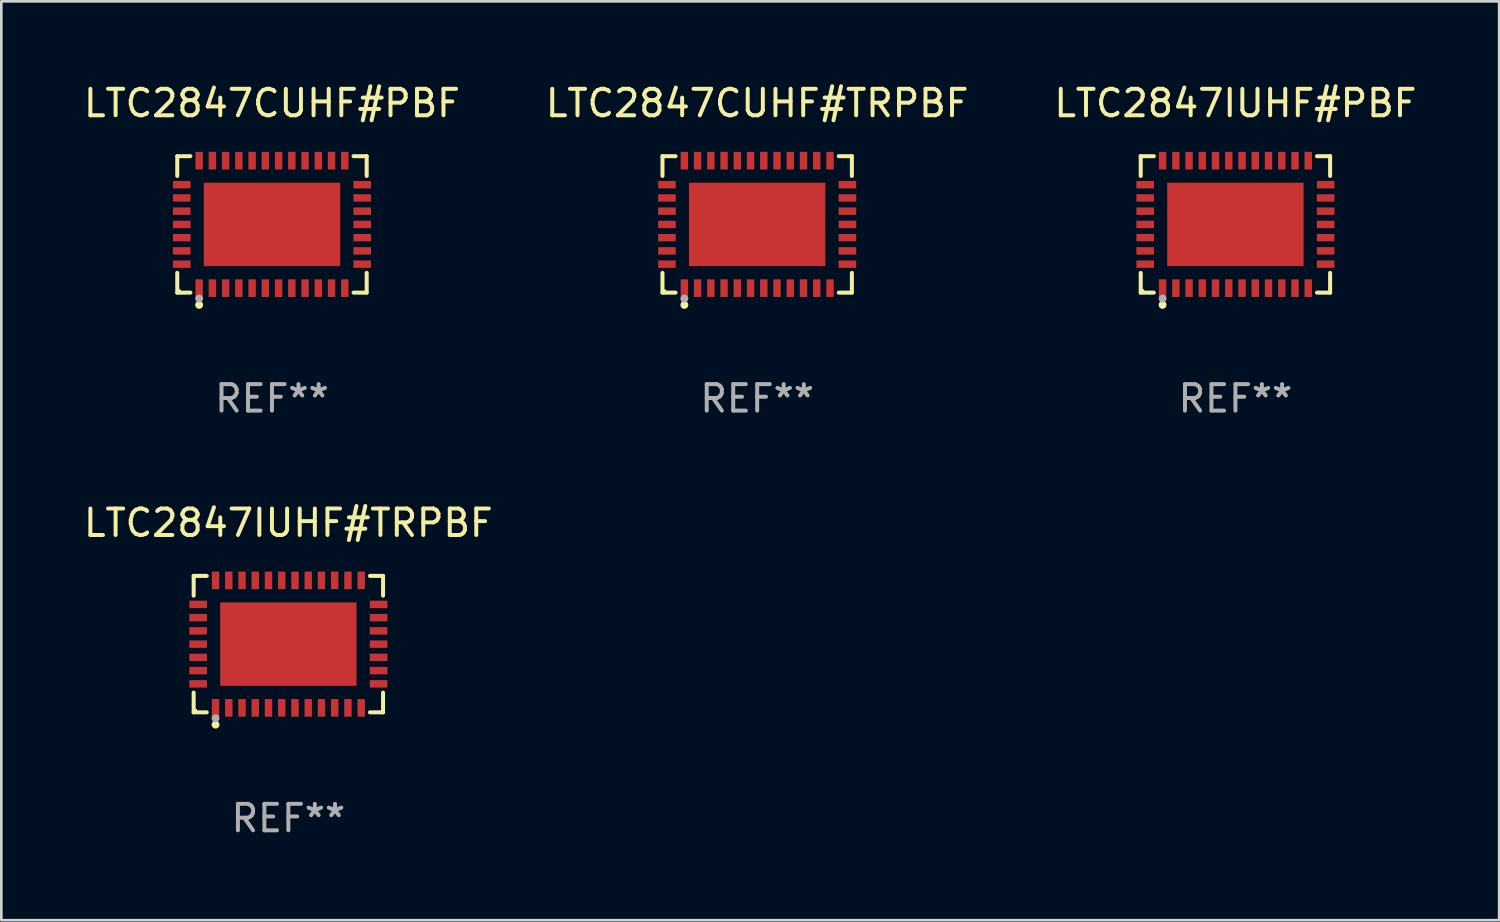
<source format=kicad_pcb>
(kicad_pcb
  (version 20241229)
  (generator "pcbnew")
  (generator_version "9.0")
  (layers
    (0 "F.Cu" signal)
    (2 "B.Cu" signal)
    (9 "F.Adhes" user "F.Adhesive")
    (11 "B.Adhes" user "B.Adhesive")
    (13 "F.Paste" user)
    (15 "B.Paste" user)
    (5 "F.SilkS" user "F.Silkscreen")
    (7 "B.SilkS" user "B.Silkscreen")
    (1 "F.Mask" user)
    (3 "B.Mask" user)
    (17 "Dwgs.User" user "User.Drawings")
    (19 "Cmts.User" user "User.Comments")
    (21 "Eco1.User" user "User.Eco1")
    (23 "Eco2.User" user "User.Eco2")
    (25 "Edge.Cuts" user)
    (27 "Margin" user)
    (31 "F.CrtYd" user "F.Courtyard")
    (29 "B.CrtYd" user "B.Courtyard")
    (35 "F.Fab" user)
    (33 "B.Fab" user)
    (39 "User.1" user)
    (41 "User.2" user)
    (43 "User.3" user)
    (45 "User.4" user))
  (footprint "LTC2847CUHF#TRPBF"
    (layer "F.Cu")
    (at 25.542 5.424)
    (property "Reference" "LTC2847CUHF#TRPBF" (at 0 -4.576 0) (layer "F.SilkS") (effects (font (size 1 1) (thickness 0.15))))
    (attr through_hole)
    (fp_line (start -3.576 -2.576) (end -3.081 -2.576) (stroke (width 0.152) (type solid)) (layer "F.SilkS"))
    (fp_line (start -3.576 -1.831) (end -3.576 -2.576) (stroke (width 0.152) (type solid)) (layer "F.SilkS"))
    (fp_line (start -3.576 1.831) (end -3.576 2.576) (stroke (width 0.152) (type solid)) (layer "F.SilkS"))
    (fp_line (start -3.576 2.576) (end -3.081 2.576) (stroke (width 0.152) (type solid)) (layer "F.SilkS"))
    (fp_line (start 3.576 -2.576) (end 3.081 -2.576) (stroke (width 0.152) (type solid)) (layer "F.SilkS"))
    (fp_line (start 3.576 -1.831) (end 3.576 -2.576) (stroke (width 0.152) (type solid)) (layer "F.SilkS"))
    (fp_line (start 3.576 1.831) (end 3.576 2.576) (stroke (width 0.152) (type solid)) (layer "F.SilkS"))
    (fp_line (start 3.576 2.576) (end 3.081 2.576) (stroke (width 0.152) (type solid)) (layer "F.SilkS"))
    (fp_circle (center -3.5 2.5) (end -3.47 2.5) (stroke (width 0.06) (type solid)) (fill no) (layer "F.SilkS"))
    (fp_circle (center -2.75 3.04) (end -2.675 3.04) (stroke (width 0.15) (type solid)) (fill no) (layer "F.SilkS"))
    (fp_circle (center -2.75 2.8) (end -2.675 2.8) (stroke (width 0.15) (type solid)) (fill no) (layer "F.Fab"))
    (fp_text user "REF**" (at 0 6.576 0) (layer "F.Fab") (effects (font (size 1 1) (thickness 0.15))))
    (pad "1" smd rect (at -2.75 2.407) (size 0.28 0.665) (layers "F.Cu" "F.Mask" "F.Paste"))
    (pad "2" smd rect (at -2.25 2.407) (size 0.28 0.665) (layers "F.Cu" "F.Mask" "F.Paste"))
    (pad "3" smd rect (at -1.75 2.407) (size 0.28 0.665) (layers "F.Cu" "F.Mask" "F.Paste"))
    (pad "4" smd rect (at -1.25 2.407) (size 0.28 0.665) (layers "F.Cu" "F.Mask" "F.Paste"))
    (pad "5" smd rect (at -0.75 2.407) (size 0.28 0.665) (layers "F.Cu" "F.Mask" "F.Paste"))
    (pad "6" smd rect (at -0.25 2.407) (size 0.28 0.665) (layers "F.Cu" "F.Mask" "F.Paste"))
    (pad "7" smd rect (at 0.25 2.407) (size 0.28 0.665) (layers "F.Cu" "F.Mask" "F.Paste"))
    (pad "8" smd rect (at 0.75 2.407) (size 0.28 0.665) (layers "F.Cu" "F.Mask" "F.Paste"))
    (pad "9" smd rect (at 1.25 2.407) (size 0.28 0.665) (layers "F.Cu" "F.Mask" "F.Paste"))
    (pad "10" smd rect (at 1.75 2.407) (size 0.28 0.665) (layers "F.Cu" "F.Mask" "F.Paste"))
    (pad "11" smd rect (at 2.25 2.407) (size 0.28 0.665) (layers "F.Cu" "F.Mask" "F.Paste"))
    (pad "12" smd rect (at 2.75 2.407) (size 0.28 0.665) (layers "F.Cu" "F.Mask" "F.Paste"))
    (pad "13" smd rect (at 3.407 1.5) (size 0.665 0.28) (layers "F.Cu" "F.Mask" "F.Paste"))
    (pad "14" smd rect (at 3.407 1) (size 0.665 0.28) (layers "F.Cu" "F.Mask" "F.Paste"))
    (pad "15" smd rect (at 3.407 0.5) (size 0.665 0.28) (layers "F.Cu" "F.Mask" "F.Paste"))
    (pad "16" smd rect (at 3.407 0) (size 0.665 0.28) (layers "F.Cu" "F.Mask" "F.Paste"))
    (pad "17" smd rect (at 3.407 -0.5) (size 0.665 0.28) (layers "F.Cu" "F.Mask" "F.Paste"))
    (pad "18" smd rect (at 3.407 -1) (size 0.665 0.28) (layers "F.Cu" "F.Mask" "F.Paste"))
    (pad "19" smd rect (at 3.407 -1.5) (size 0.665 0.28) (layers "F.Cu" "F.Mask" "F.Paste"))
    (pad "20" smd rect (at 2.75 -2.407) (size 0.28 0.665) (layers "F.Cu" "F.Mask" "F.Paste"))
    (pad "21" smd rect (at 2.25 -2.407) (size 0.28 0.665) (layers "F.Cu" "F.Mask" "F.Paste"))
    (pad "22" smd rect (at 1.75 -2.407) (size 0.28 0.665) (layers "F.Cu" "F.Mask" "F.Paste"))
    (pad "23" smd rect (at 1.25 -2.407) (size 0.28 0.665) (layers "F.Cu" "F.Mask" "F.Paste"))
    (pad "24" smd rect (at 0.75 -2.407) (size 0.28 0.665) (layers "F.Cu" "F.Mask" "F.Paste"))
    (pad "25" smd rect (at 0.25 -2.407) (size 0.28 0.665) (layers "F.Cu" "F.Mask" "F.Paste"))
    (pad "26" smd rect (at -0.25 -2.407) (size 0.28 0.665) (layers "F.Cu" "F.Mask" "F.Paste"))
    (pad "27" smd rect (at -0.75 -2.407) (size 0.28 0.665) (layers "F.Cu" "F.Mask" "F.Paste"))
    (pad "28" smd rect (at -1.25 -2.407) (size 0.28 0.665) (layers "F.Cu" "F.Mask" "F.Paste"))
    (pad "29" smd rect (at -1.75 -2.407) (size 0.28 0.665) (layers "F.Cu" "F.Mask" "F.Paste"))
    (pad "30" smd rect (at -2.25 -2.407) (size 0.28 0.665) (layers "F.Cu" "F.Mask" "F.Paste"))
    (pad "31" smd rect (at -2.75 -2.407) (size 0.28 0.665) (layers "F.Cu" "F.Mask" "F.Paste"))
    (pad "32" smd rect (at -3.407 -1.5) (size 0.665 0.28) (layers "F.Cu" "F.Mask" "F.Paste"))
    (pad "33" smd rect (at -3.407 -1) (size 0.665 0.28) (layers "F.Cu" "F.Mask" "F.Paste"))
    (pad "34" smd rect (at -3.407 -0.5) (size 0.665 0.28) (layers "F.Cu" "F.Mask" "F.Paste"))
    (pad "35" smd rect (at -3.407 0) (size 0.665 0.28) (layers "F.Cu" "F.Mask" "F.Paste"))
    (pad "36" smd rect (at -3.407 0.5) (size 0.665 0.28) (layers "F.Cu" "F.Mask" "F.Paste"))
    (pad "37" smd rect (at -3.407 1) (size 0.665 0.28) (layers "F.Cu" "F.Mask" "F.Paste"))
    (pad "38" smd rect (at -3.407 1.5) (size 0.665 0.28) (layers "F.Cu" "F.Mask" "F.Paste"))
    (pad "39" smd rect (at 0 0) (size 5.15 3.15) (layers "F.Cu" "F.Mask" "F.Paste")))
  (footprint "LTC2847IUHF#PBF"
    (layer "F.Cu")
    (at 43.601 5.424)
    (property "Reference" "LTC2847IUHF#PBF" (at 0 -4.576 0) (layer "F.SilkS") (effects (font (size 1 1) (thickness 0.15))))
    (attr through_hole)
    (fp_line (start -3.576 -2.576) (end -3.081 -2.576) (stroke (width 0.152) (type solid)) (layer "F.SilkS"))
    (fp_line (start -3.576 -1.831) (end -3.576 -2.576) (stroke (width 0.152) (type solid)) (layer "F.SilkS"))
    (fp_line (start -3.576 1.831) (end -3.576 2.576) (stroke (width 0.152) (type solid)) (layer "F.SilkS"))
    (fp_line (start -3.576 2.576) (end -3.081 2.576) (stroke (width 0.152) (type solid)) (layer "F.SilkS"))
    (fp_line (start 3.576 -2.576) (end 3.081 -2.576) (stroke (width 0.152) (type solid)) (layer "F.SilkS"))
    (fp_line (start 3.576 -1.831) (end 3.576 -2.576) (stroke (width 0.152) (type solid)) (layer "F.SilkS"))
    (fp_line (start 3.576 1.831) (end 3.576 2.576) (stroke (width 0.152) (type solid)) (layer "F.SilkS"))
    (fp_line (start 3.576 2.576) (end 3.081 2.576) (stroke (width 0.152) (type solid)) (layer "F.SilkS"))
    (fp_circle (center -3.5 2.5) (end -3.47 2.5) (stroke (width 0.06) (type solid)) (fill no) (layer "F.SilkS"))
    (fp_circle (center -2.75 3.04) (end -2.675 3.04) (stroke (width 0.15) (type solid)) (fill no) (layer "F.SilkS"))
    (fp_circle (center -2.75 2.8) (end -2.675 2.8) (stroke (width 0.15) (type solid)) (fill no) (layer "F.Fab"))
    (fp_text user "REF**" (at 0 6.576 0) (layer "F.Fab") (effects (font (size 1 1) (thickness 0.15))))
    (pad "1" smd rect (at -2.75 2.407) (size 0.28 0.665) (layers "F.Cu" "F.Mask" "F.Paste"))
    (pad "2" smd rect (at -2.25 2.407) (size 0.28 0.665) (layers "F.Cu" "F.Mask" "F.Paste"))
    (pad "3" smd rect (at -1.75 2.407) (size 0.28 0.665) (layers "F.Cu" "F.Mask" "F.Paste"))
    (pad "4" smd rect (at -1.25 2.407) (size 0.28 0.665) (layers "F.Cu" "F.Mask" "F.Paste"))
    (pad "5" smd rect (at -0.75 2.407) (size 0.28 0.665) (layers "F.Cu" "F.Mask" "F.Paste"))
    (pad "6" smd rect (at -0.25 2.407) (size 0.28 0.665) (layers "F.Cu" "F.Mask" "F.Paste"))
    (pad "7" smd rect (at 0.25 2.407) (size 0.28 0.665) (layers "F.Cu" "F.Mask" "F.Paste"))
    (pad "8" smd rect (at 0.75 2.407) (size 0.28 0.665) (layers "F.Cu" "F.Mask" "F.Paste"))
    (pad "9" smd rect (at 1.25 2.407) (size 0.28 0.665) (layers "F.Cu" "F.Mask" "F.Paste"))
    (pad "10" smd rect (at 1.75 2.407) (size 0.28 0.665) (layers "F.Cu" "F.Mask" "F.Paste"))
    (pad "11" smd rect (at 2.25 2.407) (size 0.28 0.665) (layers "F.Cu" "F.Mask" "F.Paste"))
    (pad "12" smd rect (at 2.75 2.407) (size 0.28 0.665) (layers "F.Cu" "F.Mask" "F.Paste"))
    (pad "13" smd rect (at 3.407 1.5) (size 0.665 0.28) (layers "F.Cu" "F.Mask" "F.Paste"))
    (pad "14" smd rect (at 3.407 1) (size 0.665 0.28) (layers "F.Cu" "F.Mask" "F.Paste"))
    (pad "15" smd rect (at 3.407 0.5) (size 0.665 0.28) (layers "F.Cu" "F.Mask" "F.Paste"))
    (pad "16" smd rect (at 3.407 0) (size 0.665 0.28) (layers "F.Cu" "F.Mask" "F.Paste"))
    (pad "17" smd rect (at 3.407 -0.5) (size 0.665 0.28) (layers "F.Cu" "F.Mask" "F.Paste"))
    (pad "18" smd rect (at 3.407 -1) (size 0.665 0.28) (layers "F.Cu" "F.Mask" "F.Paste"))
    (pad "19" smd rect (at 3.407 -1.5) (size 0.665 0.28) (layers "F.Cu" "F.Mask" "F.Paste"))
    (pad "20" smd rect (at 2.75 -2.407) (size 0.28 0.665) (layers "F.Cu" "F.Mask" "F.Paste"))
    (pad "21" smd rect (at 2.25 -2.407) (size 0.28 0.665) (layers "F.Cu" "F.Mask" "F.Paste"))
    (pad "22" smd rect (at 1.75 -2.407) (size 0.28 0.665) (layers "F.Cu" "F.Mask" "F.Paste"))
    (pad "23" smd rect (at 1.25 -2.407) (size 0.28 0.665) (layers "F.Cu" "F.Mask" "F.Paste"))
    (pad "24" smd rect (at 0.75 -2.407) (size 0.28 0.665) (layers "F.Cu" "F.Mask" "F.Paste"))
    (pad "25" smd rect (at 0.25 -2.407) (size 0.28 0.665) (layers "F.Cu" "F.Mask" "F.Paste"))
    (pad "26" smd rect (at -0.25 -2.407) (size 0.28 0.665) (layers "F.Cu" "F.Mask" "F.Paste"))
    (pad "27" smd rect (at -0.75 -2.407) (size 0.28 0.665) (layers "F.Cu" "F.Mask" "F.Paste"))
    (pad "28" smd rect (at -1.25 -2.407) (size 0.28 0.665) (layers "F.Cu" "F.Mask" "F.Paste"))
    (pad "29" smd rect (at -1.75 -2.407) (size 0.28 0.665) (layers "F.Cu" "F.Mask" "F.Paste"))
    (pad "30" smd rect (at -2.25 -2.407) (size 0.28 0.665) (layers "F.Cu" "F.Mask" "F.Paste"))
    (pad "31" smd rect (at -2.75 -2.407) (size 0.28 0.665) (layers "F.Cu" "F.Mask" "F.Paste"))
    (pad "32" smd rect (at -3.407 -1.5) (size 0.665 0.28) (layers "F.Cu" "F.Mask" "F.Paste"))
    (pad "33" smd rect (at -3.407 -1) (size 0.665 0.28) (layers "F.Cu" "F.Mask" "F.Paste"))
    (pad "34" smd rect (at -3.407 -0.5) (size 0.665 0.28) (layers "F.Cu" "F.Mask" "F.Paste"))
    (pad "35" smd rect (at -3.407 0) (size 0.665 0.28) (layers "F.Cu" "F.Mask" "F.Paste"))
    (pad "36" smd rect (at -3.407 0.5) (size 0.665 0.28) (layers "F.Cu" "F.Mask" "F.Paste"))
    (pad "37" smd rect (at -3.407 1) (size 0.665 0.28) (layers "F.Cu" "F.Mask" "F.Paste"))
    (pad "38" smd rect (at -3.407 1.5) (size 0.665 0.28) (layers "F.Cu" "F.Mask" "F.Paste"))
    (pad "39" smd rect (at 0 0) (size 5.15 3.15) (layers "F.Cu" "F.Mask" "F.Paste")))
  (footprint "LTC2847IUHF#TRPBF"
    (layer "F.Cu")
    (at 7.839 21.273)
    (property "Reference" "LTC2847IUHF#TRPBF" (at 0 -4.576 0) (layer "F.SilkS") (effects (font (size 1 1) (thickness 0.15))))
    (attr through_hole)
    (fp_line (start -3.576 -2.576) (end -3.081 -2.576) (stroke (width 0.152) (type solid)) (layer "F.SilkS"))
    (fp_line (start -3.576 -1.831) (end -3.576 -2.576) (stroke (width 0.152) (type solid)) (layer "F.SilkS"))
    (fp_line (start -3.576 1.831) (end -3.576 2.576) (stroke (width 0.152) (type solid)) (layer "F.SilkS"))
    (fp_line (start -3.576 2.576) (end -3.081 2.576) (stroke (width 0.152) (type solid)) (layer "F.SilkS"))
    (fp_line (start 3.576 -2.576) (end 3.081 -2.576) (stroke (width 0.152) (type solid)) (layer "F.SilkS"))
    (fp_line (start 3.576 -1.831) (end 3.576 -2.576) (stroke (width 0.152) (type solid)) (layer "F.SilkS"))
    (fp_line (start 3.576 1.831) (end 3.576 2.576) (stroke (width 0.152) (type solid)) (layer "F.SilkS"))
    (fp_line (start 3.576 2.576) (end 3.081 2.576) (stroke (width 0.152) (type solid)) (layer "F.SilkS"))
    (fp_circle (center -3.5 2.5) (end -3.47 2.5) (stroke (width 0.06) (type solid)) (fill no) (layer "F.SilkS"))
    (fp_circle (center -2.75 3.04) (end -2.675 3.04) (stroke (width 0.15) (type solid)) (fill no) (layer "F.SilkS"))
    (fp_circle (center -2.75 2.8) (end -2.675 2.8) (stroke (width 0.15) (type solid)) (fill no) (layer "F.Fab"))
    (fp_text user "REF**" (at 0 6.576 0) (layer "F.Fab") (effects (font (size 1 1) (thickness 0.15))))
    (pad "1" smd rect (at -2.75 2.407) (size 0.28 0.665) (layers "F.Cu" "F.Mask" "F.Paste"))
    (pad "2" smd rect (at -2.25 2.407) (size 0.28 0.665) (layers "F.Cu" "F.Mask" "F.Paste"))
    (pad "3" smd rect (at -1.75 2.407) (size 0.28 0.665) (layers "F.Cu" "F.Mask" "F.Paste"))
    (pad "4" smd rect (at -1.25 2.407) (size 0.28 0.665) (layers "F.Cu" "F.Mask" "F.Paste"))
    (pad "5" smd rect (at -0.75 2.407) (size 0.28 0.665) (layers "F.Cu" "F.Mask" "F.Paste"))
    (pad "6" smd rect (at -0.25 2.407) (size 0.28 0.665) (layers "F.Cu" "F.Mask" "F.Paste"))
    (pad "7" smd rect (at 0.25 2.407) (size 0.28 0.665) (layers "F.Cu" "F.Mask" "F.Paste"))
    (pad "8" smd rect (at 0.75 2.407) (size 0.28 0.665) (layers "F.Cu" "F.Mask" "F.Paste"))
    (pad "9" smd rect (at 1.25 2.407) (size 0.28 0.665) (layers "F.Cu" "F.Mask" "F.Paste"))
    (pad "10" smd rect (at 1.75 2.407) (size 0.28 0.665) (layers "F.Cu" "F.Mask" "F.Paste"))
    (pad "11" smd rect (at 2.25 2.407) (size 0.28 0.665) (layers "F.Cu" "F.Mask" "F.Paste"))
    (pad "12" smd rect (at 2.75 2.407) (size 0.28 0.665) (layers "F.Cu" "F.Mask" "F.Paste"))
    (pad "13" smd rect (at 3.407 1.5) (size 0.665 0.28) (layers "F.Cu" "F.Mask" "F.Paste"))
    (pad "14" smd rect (at 3.407 1) (size 0.665 0.28) (layers "F.Cu" "F.Mask" "F.Paste"))
    (pad "15" smd rect (at 3.407 0.5) (size 0.665 0.28) (layers "F.Cu" "F.Mask" "F.Paste"))
    (pad "16" smd rect (at 3.407 0) (size 0.665 0.28) (layers "F.Cu" "F.Mask" "F.Paste"))
    (pad "17" smd rect (at 3.407 -0.5) (size 0.665 0.28) (layers "F.Cu" "F.Mask" "F.Paste"))
    (pad "18" smd rect (at 3.407 -1) (size 0.665 0.28) (layers "F.Cu" "F.Mask" "F.Paste"))
    (pad "19" smd rect (at 3.407 -1.5) (size 0.665 0.28) (layers "F.Cu" "F.Mask" "F.Paste"))
    (pad "20" smd rect (at 2.75 -2.407) (size 0.28 0.665) (layers "F.Cu" "F.Mask" "F.Paste"))
    (pad "21" smd rect (at 2.25 -2.407) (size 0.28 0.665) (layers "F.Cu" "F.Mask" "F.Paste"))
    (pad "22" smd rect (at 1.75 -2.407) (size 0.28 0.665) (layers "F.Cu" "F.Mask" "F.Paste"))
    (pad "23" smd rect (at 1.25 -2.407) (size 0.28 0.665) (layers "F.Cu" "F.Mask" "F.Paste"))
    (pad "24" smd rect (at 0.75 -2.407) (size 0.28 0.665) (layers "F.Cu" "F.Mask" "F.Paste"))
    (pad "25" smd rect (at 0.25 -2.407) (size 0.28 0.665) (layers "F.Cu" "F.Mask" "F.Paste"))
    (pad "26" smd rect (at -0.25 -2.407) (size 0.28 0.665) (layers "F.Cu" "F.Mask" "F.Paste"))
    (pad "27" smd rect (at -0.75 -2.407) (size 0.28 0.665) (layers "F.Cu" "F.Mask" "F.Paste"))
    (pad "28" smd rect (at -1.25 -2.407) (size 0.28 0.665) (layers "F.Cu" "F.Mask" "F.Paste"))
    (pad "29" smd rect (at -1.75 -2.407) (size 0.28 0.665) (layers "F.Cu" "F.Mask" "F.Paste"))
    (pad "30" smd rect (at -2.25 -2.407) (size 0.28 0.665) (layers "F.Cu" "F.Mask" "F.Paste"))
    (pad "31" smd rect (at -2.75 -2.407) (size 0.28 0.665) (layers "F.Cu" "F.Mask" "F.Paste"))
    (pad "32" smd rect (at -3.407 -1.5) (size 0.665 0.28) (layers "F.Cu" "F.Mask" "F.Paste"))
    (pad "33" smd rect (at -3.407 -1) (size 0.665 0.28) (layers "F.Cu" "F.Mask" "F.Paste"))
    (pad "34" smd rect (at -3.407 -0.5) (size 0.665 0.28) (layers "F.Cu" "F.Mask" "F.Paste"))
    (pad "35" smd rect (at -3.407 0) (size 0.665 0.28) (layers "F.Cu" "F.Mask" "F.Paste"))
    (pad "36" smd rect (at -3.407 0.5) (size 0.665 0.28) (layers "F.Cu" "F.Mask" "F.Paste"))
    (pad "37" smd rect (at -3.407 1) (size 0.665 0.28) (layers "F.Cu" "F.Mask" "F.Paste"))
    (pad "38" smd rect (at -3.407 1.5) (size 0.665 0.28) (layers "F.Cu" "F.Mask" "F.Paste"))
    (pad "39" smd rect (at 0 0) (size 5.15 3.15) (layers "F.Cu" "F.Mask" "F.Paste")))
  (footprint "LTC2847CUHF#PBF"
    (layer "F.Cu")
    (at 7.22 5.424)
    (property "Reference" "LTC2847CUHF#PBF" (at 0 -4.576 0) (layer "F.SilkS") (effects (font (size 1 1) (thickness 0.15))))
    (attr through_hole)
    (fp_line (start -3.576 -2.576) (end -3.081 -2.576) (stroke (width 0.152) (type solid)) (layer "F.SilkS"))
    (fp_line (start -3.576 -1.831) (end -3.576 -2.576) (stroke (width 0.152) (type solid)) (layer "F.SilkS"))
    (fp_line (start -3.576 1.831) (end -3.576 2.576) (stroke (width 0.152) (type solid)) (layer "F.SilkS"))
    (fp_line (start -3.576 2.576) (end -3.081 2.576) (stroke (width 0.152) (type solid)) (layer "F.SilkS"))
    (fp_line (start 3.576 -2.576) (end 3.081 -2.576) (stroke (width 0.152) (type solid)) (layer "F.SilkS"))
    (fp_line (start 3.576 -1.831) (end 3.576 -2.576) (stroke (width 0.152) (type solid)) (layer "F.SilkS"))
    (fp_line (start 3.576 1.831) (end 3.576 2.576) (stroke (width 0.152) (type solid)) (layer "F.SilkS"))
    (fp_line (start 3.576 2.576) (end 3.081 2.576) (stroke (width 0.152) (type solid)) (layer "F.SilkS"))
    (fp_circle (center -3.5 2.5) (end -3.47 2.5) (stroke (width 0.06) (type solid)) (fill no) (layer "F.SilkS"))
    (fp_circle (center -2.75 3.04) (end -2.675 3.04) (stroke (width 0.15) (type solid)) (fill no) (layer "F.SilkS"))
    (fp_circle (center -2.75 2.8) (end -2.675 2.8) (stroke (width 0.15) (type solid)) (fill no) (layer "F.Fab"))
    (fp_text user "REF**" (at 0 6.576 0) (layer "F.Fab") (effects (font (size 1 1) (thickness 0.15))))
    (pad "1" smd rect (at -2.75 2.407) (size 0.28 0.665) (layers "F.Cu" "F.Mask" "F.Paste"))
    (pad "2" smd rect (at -2.25 2.407) (size 0.28 0.665) (layers "F.Cu" "F.Mask" "F.Paste"))
    (pad "3" smd rect (at -1.75 2.407) (size 0.28 0.665) (layers "F.Cu" "F.Mask" "F.Paste"))
    (pad "4" smd rect (at -1.25 2.407) (size 0.28 0.665) (layers "F.Cu" "F.Mask" "F.Paste"))
    (pad "5" smd rect (at -0.75 2.407) (size 0.28 0.665) (layers "F.Cu" "F.Mask" "F.Paste"))
    (pad "6" smd rect (at -0.25 2.407) (size 0.28 0.665) (layers "F.Cu" "F.Mask" "F.Paste"))
    (pad "7" smd rect (at 0.25 2.407) (size 0.28 0.665) (layers "F.Cu" "F.Mask" "F.Paste"))
    (pad "8" smd rect (at 0.75 2.407) (size 0.28 0.665) (layers "F.Cu" "F.Mask" "F.Paste"))
    (pad "9" smd rect (at 1.25 2.407) (size 0.28 0.665) (layers "F.Cu" "F.Mask" "F.Paste"))
    (pad "10" smd rect (at 1.75 2.407) (size 0.28 0.665) (layers "F.Cu" "F.Mask" "F.Paste"))
    (pad "11" smd rect (at 2.25 2.407) (size 0.28 0.665) (layers "F.Cu" "F.Mask" "F.Paste"))
    (pad "12" smd rect (at 2.75 2.407) (size 0.28 0.665) (layers "F.Cu" "F.Mask" "F.Paste"))
    (pad "13" smd rect (at 3.407 1.5) (size 0.665 0.28) (layers "F.Cu" "F.Mask" "F.Paste"))
    (pad "14" smd rect (at 3.407 1) (size 0.665 0.28) (layers "F.Cu" "F.Mask" "F.Paste"))
    (pad "15" smd rect (at 3.407 0.5) (size 0.665 0.28) (layers "F.Cu" "F.Mask" "F.Paste"))
    (pad "16" smd rect (at 3.407 0) (size 0.665 0.28) (layers "F.Cu" "F.Mask" "F.Paste"))
    (pad "17" smd rect (at 3.407 -0.5) (size 0.665 0.28) (layers "F.Cu" "F.Mask" "F.Paste"))
    (pad "18" smd rect (at 3.407 -1) (size 0.665 0.28) (layers "F.Cu" "F.Mask" "F.Paste"))
    (pad "19" smd rect (at 3.407 -1.5) (size 0.665 0.28) (layers "F.Cu" "F.Mask" "F.Paste"))
    (pad "20" smd rect (at 2.75 -2.407) (size 0.28 0.665) (layers "F.Cu" "F.Mask" "F.Paste"))
    (pad "21" smd rect (at 2.25 -2.407) (size 0.28 0.665) (layers "F.Cu" "F.Mask" "F.Paste"))
    (pad "22" smd rect (at 1.75 -2.407) (size 0.28 0.665) (layers "F.Cu" "F.Mask" "F.Paste"))
    (pad "23" smd rect (at 1.25 -2.407) (size 0.28 0.665) (layers "F.Cu" "F.Mask" "F.Paste"))
    (pad "24" smd rect (at 0.75 -2.407) (size 0.28 0.665) (layers "F.Cu" "F.Mask" "F.Paste"))
    (pad "25" smd rect (at 0.25 -2.407) (size 0.28 0.665) (layers "F.Cu" "F.Mask" "F.Paste"))
    (pad "26" smd rect (at -0.25 -2.407) (size 0.28 0.665) (layers "F.Cu" "F.Mask" "F.Paste"))
    (pad "27" smd rect (at -0.75 -2.407) (size 0.28 0.665) (layers "F.Cu" "F.Mask" "F.Paste"))
    (pad "28" smd rect (at -1.25 -2.407) (size 0.28 0.665) (layers "F.Cu" "F.Mask" "F.Paste"))
    (pad "29" smd rect (at -1.75 -2.407) (size 0.28 0.665) (layers "F.Cu" "F.Mask" "F.Paste"))
    (pad "30" smd rect (at -2.25 -2.407) (size 0.28 0.665) (layers "F.Cu" "F.Mask" "F.Paste"))
    (pad "31" smd rect (at -2.75 -2.407) (size 0.28 0.665) (layers "F.Cu" "F.Mask" "F.Paste"))
    (pad "32" smd rect (at -3.407 -1.5) (size 0.665 0.28) (layers "F.Cu" "F.Mask" "F.Paste"))
    (pad "33" smd rect (at -3.407 -1) (size 0.665 0.28) (layers "F.Cu" "F.Mask" "F.Paste"))
    (pad "34" smd rect (at -3.407 -0.5) (size 0.665 0.28) (layers "F.Cu" "F.Mask" "F.Paste"))
    (pad "35" smd rect (at -3.407 0) (size 0.665 0.28) (layers "F.Cu" "F.Mask" "F.Paste"))
    (pad "36" smd rect (at -3.407 0.5) (size 0.665 0.28) (layers "F.Cu" "F.Mask" "F.Paste"))
    (pad "37" smd rect (at -3.407 1) (size 0.665 0.28) (layers "F.Cu" "F.Mask" "F.Paste"))
    (pad "38" smd rect (at -3.407 1.5) (size 0.665 0.28) (layers "F.Cu" "F.Mask" "F.Paste"))
    (pad "39" smd rect (at 0 0) (size 5.15 3.15) (layers "F.Cu" "F.Mask" "F.Paste")))
  (gr_rect
    (start -3 -3)
    (end 53.56 31.698)
    (stroke (width 0.1) (type default))
    (fill no)
    (layer "Edge.Cuts")))
</source>
